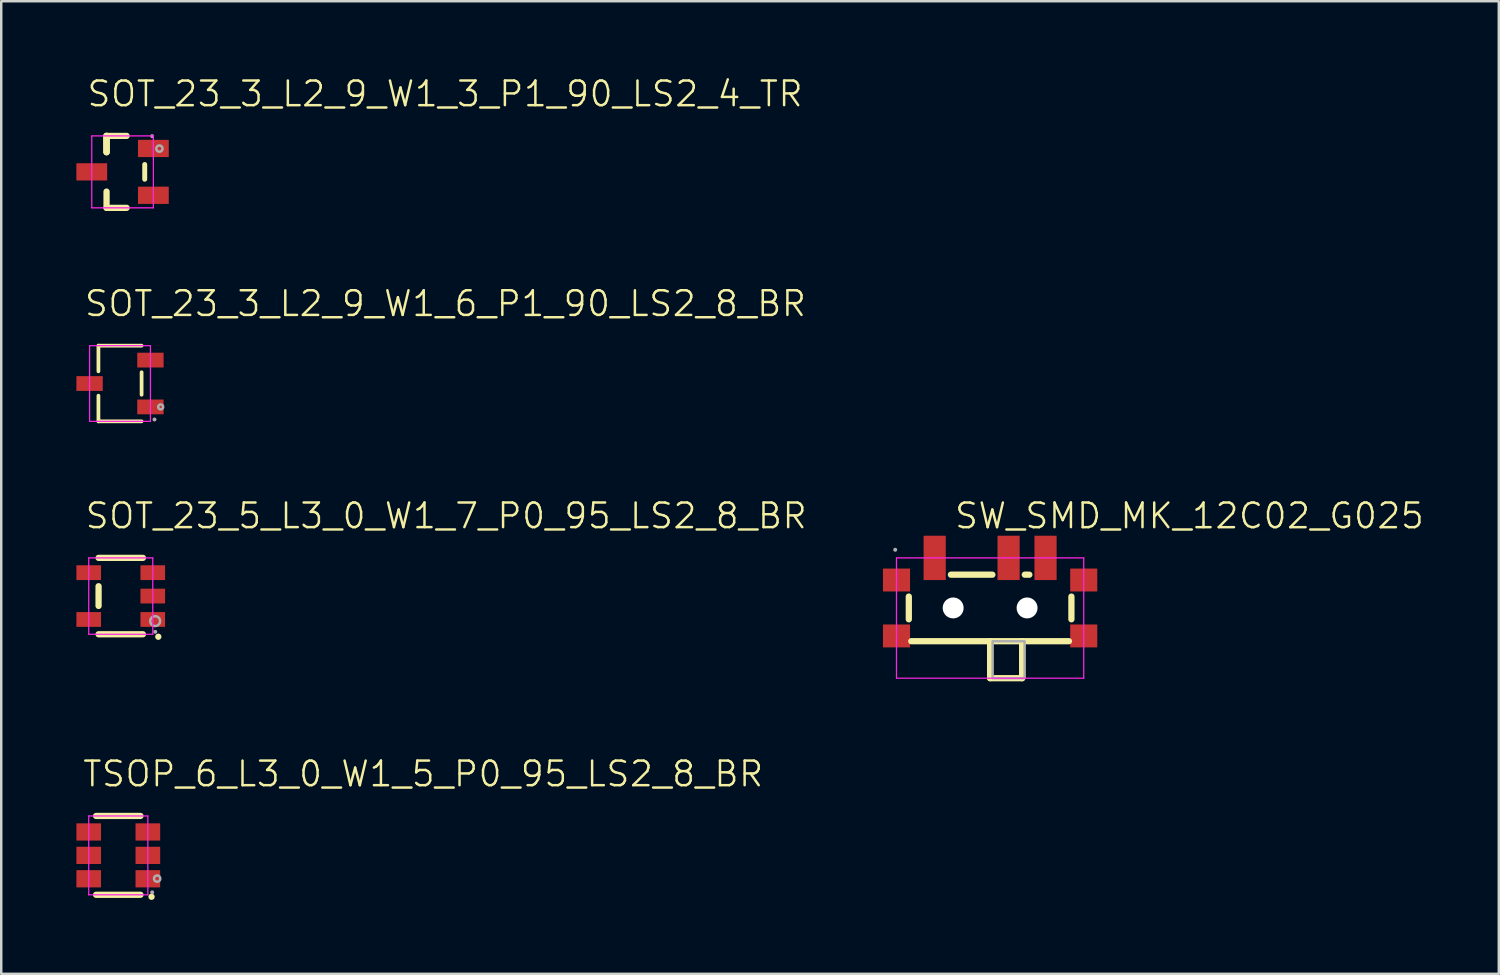
<source format=kicad_pcb>
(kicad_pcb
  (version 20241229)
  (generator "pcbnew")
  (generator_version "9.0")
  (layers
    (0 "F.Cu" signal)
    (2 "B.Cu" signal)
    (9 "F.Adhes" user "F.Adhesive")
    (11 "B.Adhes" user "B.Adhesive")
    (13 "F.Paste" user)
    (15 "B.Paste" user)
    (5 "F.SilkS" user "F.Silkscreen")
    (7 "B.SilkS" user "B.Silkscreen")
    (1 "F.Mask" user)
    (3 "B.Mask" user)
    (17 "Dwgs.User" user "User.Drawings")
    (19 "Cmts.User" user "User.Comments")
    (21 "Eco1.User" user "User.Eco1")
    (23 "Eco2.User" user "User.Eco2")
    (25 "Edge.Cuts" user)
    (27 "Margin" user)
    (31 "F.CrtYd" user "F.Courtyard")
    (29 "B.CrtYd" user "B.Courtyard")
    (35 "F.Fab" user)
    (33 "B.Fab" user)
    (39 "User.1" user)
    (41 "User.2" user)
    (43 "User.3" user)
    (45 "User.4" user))
  (footprint "SOT_23_3_L2_9_W1_6_P1_90_LS2_8_BR"
    (layer "F.Cu")
    (at 1.821 12.516)
    (property "Reference" "SOT_23_3_L2_9_W1_6_P1_90_LS2_8_BR" (at -1.5 -3.242 0) (layer "F.SilkS") (effects (font (size 1 1) (thickness 0.1)) (justify left)))
    (fp_line (start -0.876 -1.536) (end -0.876 -0.494) (stroke (width 0.152) (type solid)) (layer "F.SilkS"))
    (fp_line (start -0.876 1.536) (end -0.876 0.494) (stroke (width 0.152) (type solid)) (layer "F.SilkS"))
    (fp_line (start 0.876 -1.536) (end -0.876 -1.536) (stroke (width 0.152) (type solid)) (layer "F.SilkS"))
    (fp_line (start 0.876 -0.456) (end 0.876 0.456) (stroke (width 0.152) (type solid)) (layer "F.SilkS"))
    (fp_line (start 0.876 1.536) (end -0.876 1.536) (stroke (width 0.152) (type solid)) (layer "F.SilkS"))
    (fp_line (start -1.235 -1.536) (end -1.235 1.536) (stroke (width 0.05) (type solid)) (layer "F.CrtYd"))
    (fp_line (start -1.235 1.536) (end 1.235 1.536) (stroke (width 0.05) (type solid)) (layer "F.CrtYd"))
    (fp_line (start 1.235 -1.536) (end -1.235 -1.536) (stroke (width 0.05) (type solid)) (layer "F.CrtYd"))
    (fp_line (start 1.235 1.536) (end 1.235 -1.536) (stroke (width 0.05) (type solid)) (layer "F.CrtYd"))
    (fp_poly (pts (xy 1.43 1.46) (xy 1.429 1.455) (xy 1.428 1.449) (xy 1.425 1.444) (xy 1.421 1.439) (xy 1.417 1.436) (xy 1.411 1.433) (xy 1.406 1.431) (xy 1.4 1.431) (xy 1.394 1.431) (xy 1.389 1.433) (xy 1.383 1.436) (xy 1.379 1.439) (xy 1.375 1.444) (xy 1.372 1.449) (xy 1.371 1.455) (xy 1.37 1.46) (xy 1.371 1.466) (xy 1.372 1.472) (xy 1.375 1.477) (xy 1.379 1.482) (xy 1.383 1.485) (xy 1.389 1.488) (xy 1.394 1.49) (xy 1.4 1.49) (xy 1.406 1.49) (xy 1.411 1.488) (xy 1.417 1.485) (xy 1.421 1.482) (xy 1.425 1.477) (xy 1.428 1.472) (xy 1.429 1.466)) (stroke (width 0.1) (type solid)) (fill no) (layer "F.Fab"))
    (fp_poly (pts (xy 1.751 0.95) (xy 1.749 0.93) (xy 1.743 0.911) (xy 1.734 0.894) (xy 1.722 0.879) (xy 1.707 0.866) (xy 1.689 0.857) (xy 1.671 0.851) (xy 1.651 0.85) (xy 1.631 0.851) (xy 1.613 0.857) (xy 1.595 0.866) (xy 1.58 0.879) (xy 1.568 0.894) (xy 1.559 0.911) (xy 1.553 0.93) (xy 1.551 0.95) (xy 1.553 0.969) (xy 1.559 0.988) (xy 1.568 1.005) (xy 1.58 1.02) (xy 1.595 1.033) (xy 1.613 1.042) (xy 1.631 1.048) (xy 1.651 1.05) (xy 1.671 1.048) (xy 1.689 1.042) (xy 1.707 1.033) (xy 1.722 1.02) (xy 1.734 1.005) (xy 1.743 0.988) (xy 1.749 0.969)) (stroke (width 0.1) (type solid)) (fill no) (layer "F.Fab"))
    (pad "" smd rect (at -1.235 0.001) (size 1.172 0.702) (layers "F.Mask"))
    (pad "" smd rect (at 1.235 -0.95) (size 1.172 0.702) (layers "F.Mask"))
    (pad "" smd rect (at 1.235 0.95) (size 1.172 0.702) (layers "F.Mask"))
    (pad "1" smd rect (at 1.235 0.95) (size 1.07 0.6) (layers "F.Cu" "F.Paste"))
    (pad "2" smd rect (at 1.235 -0.95) (size 1.07 0.6) (layers "F.Cu" "F.Paste"))
    (pad "3" smd rect (at -1.235 0.001) (size 1.07 0.6) (layers "F.Cu" "F.Paste")))
  (footprint "TSOP_6_L3_0_W1_5_P0_95_LS2_8_BR"
    (layer "F.Cu")
    (at 1.751 31.669)
    (property "Reference" "TSOP_6_L3_0_W1_5_P0_95_LS2_8_BR" (at -1.5 -3.306 0) (layer "F.SilkS") (effects (font (size 1 1) (thickness 0.1)) (justify left)))
    (fp_line (start -0.9 -1.6) (end 0.9 -1.6) (stroke (width 0.254) (type solid)) (layer "F.SilkS"))
    (fp_line (start -0.9 1.6) (end 0.9 1.6) (stroke (width 0.254) (type solid)) (layer "F.SilkS"))
    (fp_poly (pts (xy 1.477 1.68) (xy 1.475 1.655) (xy 1.467 1.631) (xy 1.456 1.609) (xy 1.44 1.59) (xy 1.421 1.574) (xy 1.399 1.563) (xy 1.375 1.555) (xy 1.35 1.553) (xy 1.325 1.555) (xy 1.301 1.563) (xy 1.279 1.574) (xy 1.26 1.59) (xy 1.244 1.609) (xy 1.233 1.631) (xy 1.225 1.655) (xy 1.223 1.68) (xy 1.225 1.705) (xy 1.233 1.729) (xy 1.244 1.751) (xy 1.26 1.77) (xy 1.279 1.786) (xy 1.301 1.797) (xy 1.325 1.805) (xy 1.35 1.807) (xy 1.375 1.805) (xy 1.399 1.797) (xy 1.421 1.786) (xy 1.44 1.77) (xy 1.456 1.751) (xy 1.467 1.729) (xy 1.475 1.705)) (stroke (width 0) (type solid)) (fill yes) (layer "F.SilkS"))
    (fp_line (start -1.2 -1.6) (end -1.2 1.6) (stroke (width 0.05) (type solid)) (layer "F.CrtYd"))
    (fp_line (start -1.2 1.6) (end 1.2 1.6) (stroke (width 0.05) (type solid)) (layer "F.CrtYd"))
    (fp_line (start 1.2 -1.6) (end -1.2 -1.6) (stroke (width 0.05) (type solid)) (layer "F.CrtYd"))
    (fp_line (start 1.2 1.6) (end 1.2 -1.6) (stroke (width 0.05) (type solid)) (layer "F.CrtYd"))
    (fp_poly (pts (xy 1.405 1.5) (xy 1.404 1.494) (xy 1.403 1.489) (xy 1.4 1.483) (xy 1.396 1.479) (xy 1.392 1.475) (xy 1.386 1.472) (xy 1.381 1.471) (xy 1.375 1.47) (xy 1.369 1.471) (xy 1.364 1.472) (xy 1.358 1.475) (xy 1.354 1.479) (xy 1.35 1.483) (xy 1.347 1.489) (xy 1.346 1.494) (xy 1.345 1.5) (xy 1.346 1.506) (xy 1.347 1.511) (xy 1.35 1.517) (xy 1.354 1.521) (xy 1.358 1.525) (xy 1.364 1.528) (xy 1.369 1.529) (xy 1.375 1.53) (xy 1.381 1.529) (xy 1.386 1.528) (xy 1.392 1.525) (xy 1.396 1.521) (xy 1.4 1.517) (xy 1.403 1.511) (xy 1.404 1.506)) (stroke (width 0.1) (type solid)) (fill no) (layer "F.Fab"))
    (fp_poly (pts (xy 1.704 0.943) (xy 1.702 0.918) (xy 1.694 0.894) (xy 1.683 0.872) (xy 1.667 0.853) (xy 1.648 0.837) (xy 1.626 0.826) (xy 1.602 0.818) (xy 1.577 0.816) (xy 1.552 0.818) (xy 1.528 0.826) (xy 1.506 0.837) (xy 1.487 0.853) (xy 1.471 0.872) (xy 1.46 0.894) (xy 1.452 0.918) (xy 1.45 0.943) (xy 1.452 0.968) (xy 1.46 0.992) (xy 1.471 1.014) (xy 1.487 1.033) (xy 1.506 1.049) (xy 1.528 1.06) (xy 1.552 1.068) (xy 1.577 1.07) (xy 1.602 1.068) (xy 1.626 1.06) (xy 1.648 1.049) (xy 1.667 1.033) (xy 1.683 1.014) (xy 1.694 0.992) (xy 1.702 0.968)) (stroke (width 0.1) (type solid)) (fill no) (layer "F.Fab"))
    (pad "" smd rect (at -1.2 -0.95) (size 1.102 0.802) (layers "F.Mask"))
    (pad "" smd rect (at -1.2 0) (size 1.102 0.802) (layers "F.Mask"))
    (pad "" smd rect (at -1.2 0.95) (size 1.102 0.802) (layers "F.Mask"))
    (pad "" smd rect (at 1.2 -0.95) (size 1.102 0.802) (layers "F.Mask"))
    (pad "" smd rect (at 1.2 0) (size 1.102 0.802) (layers "F.Mask"))
    (pad "" smd rect (at 1.2 0.95) (size 1.102 0.802) (layers "F.Mask"))
    (pad "1" smd rect (at 1.2 0.95) (size 1 0.7) (layers "F.Cu" "F.Paste"))
    (pad "2" smd rect (at 1.2 0) (size 1 0.7) (layers "F.Cu" "F.Paste"))
    (pad "3" smd rect (at 1.2 -0.95) (size 1 0.7) (layers "F.Cu" "F.Paste"))
    (pad "4" smd rect (at -1.2 -0.95) (size 1 0.7) (layers "F.Cu" "F.Paste"))
    (pad "5" smd rect (at -1.2 0) (size 1 0.7) (layers "F.Cu" "F.Paste"))
    (pad "6" smd rect (at -1.2 0.95) (size 1 0.7) (layers "F.Cu" "F.Paste")))
  (footprint "SOT_23_3_L2_9_W1_3_P1_90_LS2_4_TR"
    (layer "F.Cu")
    (at 1.925 3.926)
    (property "Reference" "SOT_23_3_L2_9_W1_3_P1_90_LS2_4_TR" (at -1.5 -3.166 0) (layer "F.SilkS") (effects (font (size 1 1) (thickness 0.1)) (justify left)))
    (fp_line (start -0.65 -1.46) (end -0.65 -0.8) (stroke (width 0.254) (type solid)) (layer "F.SilkS"))
    (fp_line (start -0.65 -1.46) (end 0.165 -1.46) (stroke (width 0.254) (type solid)) (layer "F.SilkS"))
    (fp_line (start -0.65 -0.8) (end -0.65 -1.46) (stroke (width 0.254) (type solid)) (layer "F.SilkS"))
    (fp_line (start -0.65 -0.8) (end -0.65 -1.46) (stroke (width 0.254) (type solid)) (layer "F.SilkS"))
    (fp_line (start -0.65 1.46) (end -0.65 0.8) (stroke (width 0.254) (type solid)) (layer "F.SilkS"))
    (fp_line (start 0.165 1.46) (end -0.65 1.46) (stroke (width 0.254) (type solid)) (layer "F.SilkS"))
    (fp_line (start 0.899 0.3) (end 0.899 -0.3) (stroke (width 0.2) (type solid)) (layer "F.SilkS"))
    (fp_line (start -1.25 -1.46) (end -1.25 1.46) (stroke (width 0.05) (type solid)) (layer "F.CrtYd"))
    (fp_line (start -1.25 1.46) (end 1.25 1.46) (stroke (width 0.05) (type solid)) (layer "F.CrtYd"))
    (fp_line (start 1.25 -1.46) (end -1.25 -1.46) (stroke (width 0.05) (type solid)) (layer "F.CrtYd"))
    (fp_line (start 1.25 1.46) (end 1.25 -1.46) (stroke (width 0.05) (type solid)) (layer "F.CrtYd"))
    (fp_poly (pts (xy 1.23 -1.45) (xy 1.229 -1.456) (xy 1.227 -1.461) (xy 1.224 -1.467) (xy 1.221 -1.471) (xy 1.216 -1.475) (xy 1.211 -1.478) (xy 1.205 -1.479) (xy 1.2 -1.48) (xy 1.194 -1.479) (xy 1.188 -1.478) (xy 1.183 -1.475) (xy 1.178 -1.471) (xy 1.175 -1.467) (xy 1.172 -1.461) (xy 1.17 -1.456) (xy 1.169 -1.45) (xy 1.17 -1.444) (xy 1.172 -1.439) (xy 1.175 -1.433) (xy 1.178 -1.429) (xy 1.183 -1.425) (xy 1.188 -1.422) (xy 1.194 -1.421) (xy 1.2 -1.42) (xy 1.205 -1.421) (xy 1.211 -1.422) (xy 1.216 -1.425) (xy 1.221 -1.429) (xy 1.224 -1.433) (xy 1.227 -1.439) (xy 1.229 -1.444)) (stroke (width 0.1) (type solid)) (fill no) (layer "F.Fab"))
    (fp_poly (pts (xy 1.623 -0.945) (xy 1.62 -0.97) (xy 1.613 -0.994) (xy 1.601 -1.016) (xy 1.585 -1.035) (xy 1.566 -1.051) (xy 1.544 -1.062) (xy 1.52 -1.07) (xy 1.496 -1.072) (xy 1.471 -1.07) (xy 1.447 -1.062) (xy 1.425 -1.051) (xy 1.406 -1.035) (xy 1.39 -1.016) (xy 1.378 -0.994) (xy 1.371 -0.97) (xy 1.369 -0.945) (xy 1.371 -0.92) (xy 1.378 -0.896) (xy 1.39 -0.874) (xy 1.406 -0.855) (xy 1.425 -0.839) (xy 1.447 -0.828) (xy 1.471 -0.82) (xy 1.496 -0.818) (xy 1.52 -0.82) (xy 1.544 -0.828) (xy 1.566 -0.839) (xy 1.585 -0.855) (xy 1.601 -0.874) (xy 1.613 -0.896) (xy 1.62 -0.92)) (stroke (width 0.1) (type solid)) (fill no) (layer "F.Fab"))
    (pad "" smd rect (at -1.25 0 270) (size 0.802 1.352) (layers "F.Mask"))
    (pad "" smd rect (at 1.25 -0.95 270) (size 0.802 1.352) (layers "F.Mask"))
    (pad "" smd rect (at 1.25 0.95 270) (size 0.802 1.352) (layers "F.Mask"))
    (pad "1" smd rect (at 1.25 -0.95 270) (size 0.7 1.25) (layers "F.Cu" "F.Paste"))
    (pad "2" smd rect (at 1.25 0.95 270) (size 0.7 1.25) (layers "F.Cu" "F.Paste"))
    (pad "3" smd rect (at -1.25 0 270) (size 0.7 1.25) (layers "F.Cu" "F.Paste")))
  (footprint "SW_SMD_MK_12C02_G025"
    (layer "F.Cu")
    (at 37.138 22.036)
    (property "Reference" "SW_SMD_MK_12C02_G025" (at -1.5 -4.147 0) (layer "F.SilkS") (effects (font (size 1 1) (thickness 0.1)) (justify left)))
    (fp_line (start -3.3 0.051) (end -3.3 -0.872) (stroke (width 0.254) (type solid)) (layer "F.SilkS"))
    (fp_line (start 0 2.441) (end 0 0.94) (stroke (width 0.254) (type solid)) (layer "F.SilkS"))
    (fp_line (start 0.092 -1.76) (end -1.592 -1.76) (stroke (width 0.254) (type solid)) (layer "F.SilkS"))
    (fp_line (start 1.3 0.94) (end 1.3 2.441) (stroke (width 0.254) (type solid)) (layer "F.SilkS"))
    (fp_line (start 1.3 2.441) (end 0 2.441) (stroke (width 0.254) (type solid)) (layer "F.SilkS"))
    (fp_line (start 1.592 -1.76) (end 1.408 -1.76) (stroke (width 0.254) (type solid)) (layer "F.SilkS"))
    (fp_line (start 3.2 0.94) (end -3.2 0.94) (stroke (width 0.254) (type solid)) (layer "F.SilkS"))
    (fp_line (start 3.3 0.051) (end 3.3 -0.872) (stroke (width 0.254) (type solid)) (layer "F.SilkS"))
    (fp_line (start -3.8 -2.442) (end -3.8 2.442) (stroke (width 0.05) (type solid)) (layer "F.CrtYd"))
    (fp_line (start -3.8 2.442) (end 3.8 2.442) (stroke (width 0.05) (type solid)) (layer "F.CrtYd"))
    (fp_line (start 3.8 -2.442) (end -3.8 -2.442) (stroke (width 0.05) (type solid)) (layer "F.CrtYd"))
    (fp_line (start 3.8 2.442) (end 3.8 -2.442) (stroke (width 0.05) (type solid)) (layer "F.CrtYd"))
    (fp_poly (pts (xy 0.1 0.942) (xy 0.1 2.442) (xy 1.4 2.442) (xy 1.4 0.942)) (stroke (width 0.1) (type solid)) (fill no) (layer "F.Fab"))
    (fp_poly (pts (xy -3.822 -2.772) (xy -3.823 -2.777) (xy -3.824 -2.783) (xy -3.827 -2.788) (xy -3.831 -2.793) (xy -3.835 -2.796) (xy -3.841 -2.799) (xy -3.846 -2.801) (xy -3.852 -2.801) (xy -3.858 -2.801) (xy -3.863 -2.799) (xy -3.869 -2.796) (xy -3.873 -2.793) (xy -3.877 -2.788) (xy -3.88 -2.783) (xy -3.881 -2.777) (xy -3.882 -2.772) (xy -3.881 -2.766) (xy -3.88 -2.76) (xy -3.877 -2.755) (xy -3.873 -2.75) (xy -3.869 -2.747) (xy -3.863 -2.744) (xy -3.858 -2.742) (xy -3.852 -2.741) (xy -3.846 -2.742) (xy -3.841 -2.744) (xy -3.835 -2.747) (xy -3.831 -2.75) (xy -3.827 -2.755) (xy -3.824 -2.76) (xy -3.823 -2.766)) (stroke (width 0.1) (type solid)) (fill no) (layer "F.Fab"))
    (fp_poly (pts (xy -1.3 -0.41) (xy -1.304 -0.45) (xy -1.315 -0.487) (xy -1.334 -0.522) (xy -1.359 -0.552) (xy -1.389 -0.577) (xy -1.423 -0.595) (xy -1.461 -0.607) (xy -1.5 -0.611) (xy -1.539 -0.607) (xy -1.577 -0.595) (xy -1.611 -0.577) (xy -1.641 -0.552) (xy -1.666 -0.522) (xy -1.685 -0.487) (xy -1.696 -0.45) (xy -1.7 -0.41) (xy -1.696 -0.371) (xy -1.685 -0.334) (xy -1.666 -0.299) (xy -1.641 -0.269) (xy -1.611 -0.244) (xy -1.577 -0.226) (xy -1.539 -0.214) (xy -1.5 -0.21) (xy -1.461 -0.214) (xy -1.423 -0.226) (xy -1.389 -0.244) (xy -1.359 -0.269) (xy -1.334 -0.299) (xy -1.315 -0.334) (xy -1.304 -0.371)) (stroke (width 0.1) (type solid)) (fill no) (layer "F.Fab"))
    (fp_poly (pts (xy 1.7 -0.41) (xy 1.696 -0.45) (xy 1.685 -0.487) (xy 1.666 -0.522) (xy 1.641 -0.552) (xy 1.611 -0.577) (xy 1.577 -0.595) (xy 1.539 -0.607) (xy 1.5 -0.611) (xy 1.461 -0.607) (xy 1.423 -0.595) (xy 1.389 -0.577) (xy 1.359 -0.552) (xy 1.334 -0.522) (xy 1.315 -0.487) (xy 1.304 -0.45) (xy 1.3 -0.41) (xy 1.304 -0.371) (xy 1.315 -0.334) (xy 1.334 -0.299) (xy 1.359 -0.269) (xy 1.389 -0.244) (xy 1.423 -0.226) (xy 1.461 -0.214) (xy 1.5 -0.21) (xy 1.539 -0.214) (xy 1.577 -0.226) (xy 1.611 -0.244) (xy 1.641 -0.269) (xy 1.666 -0.299) (xy 1.685 -0.334) (xy 1.696 -0.371)) (stroke (width 0.1) (type solid)) (fill no) (layer "F.Fab"))
    (pad "" smd rect (at -3.8 -1.544) (size 1.202 1.032) (layers "F.Mask"))
    (pad "" smd rect (at -3.8 0.726) (size 1.202 1.032) (layers "F.Mask"))
    (pad "" smd rect (at -2.25 -2.442) (size 1.002 1.902) (layers "F.Mask"))
    (pad "" np_thru_hole circle (at -1.5 -0.41) (size 0.85 0.85) (drill 0.85) (layers "*.Cu" "*.Mask"))
    (pad "" smd rect (at 0.75 -2.442) (size 1.002 1.902) (layers "F.Mask"))
    (pad "" np_thru_hole circle (at 1.5 -0.41) (size 0.85 0.85) (drill 0.85) (layers "*.Cu" "*.Mask"))
    (pad "" smd rect (at 2.25 -2.442) (size 1.002 1.902) (layers "F.Mask"))
    (pad "" smd rect (at 3.8 -1.544) (size 1.202 1.032) (layers "F.Mask"))
    (pad "" smd rect (at 3.8 0.726) (size 1.202 1.032) (layers "F.Mask"))
    (pad "1" smd rect (at -2.25 -2.442) (size 0.9 1.8) (layers "F.Cu" "F.Paste"))
    (pad "2" smd rect (at 0.75 -2.442) (size 0.9 1.8) (layers "F.Cu" "F.Paste"))
    (pad "3" smd rect (at 2.25 -2.442) (size 0.9 1.8) (layers "F.Cu" "F.Paste"))
    (pad "4" smd rect (at 3.8 -1.544) (size 1.1 0.93) (layers "F.Cu" "F.Paste"))
    (pad "5" smd rect (at 3.8 0.726) (size 1.1 0.93) (layers "F.Cu" "F.Paste"))
    (pad "6" smd rect (at -3.8 0.726) (size 1.1 0.93) (layers "F.Cu" "F.Paste"))
    (pad "7" smd rect (at -3.8 -1.544) (size 1.1 0.93) (layers "F.Cu" "F.Paste")))
  (footprint "SOT_23_5_L3_0_W1_7_P0_95_LS2_8_BR"
    (layer "F.Cu")
    (at 1.851 21.144)
    (property "Reference" "SOT_23_5_L3_0_W1_7_P0_95_LS2_8_BR" (at -1.5 -3.256 0) (layer "F.SilkS") (effects (font (size 1 1) (thickness 0.1)) (justify left)))
    (fp_line (start -0.9 -1.55) (end 0.9 -1.55) (stroke (width 0.254) (type solid)) (layer "F.SilkS"))
    (fp_line (start -0.9 0.4) (end -0.9 -0.4) (stroke (width 0.254) (type solid)) (layer "F.SilkS"))
    (fp_line (start -0.9 1.55) (end 0.9 1.55) (stroke (width 0.254) (type solid)) (layer "F.SilkS"))
    (fp_poly (pts (xy 1.651 1.651) (xy 1.649 1.626) (xy 1.641 1.602) (xy 1.63 1.58) (xy 1.614 1.561) (xy 1.595 1.545) (xy 1.573 1.534) (xy 1.549 1.526) (xy 1.524 1.524) (xy 1.499 1.526) (xy 1.475 1.534) (xy 1.453 1.545) (xy 1.434 1.561) (xy 1.418 1.58) (xy 1.407 1.602) (xy 1.399 1.626) (xy 1.397 1.651) (xy 1.399 1.676) (xy 1.407 1.7) (xy 1.418 1.722) (xy 1.434 1.741) (xy 1.453 1.757) (xy 1.475 1.768) (xy 1.499 1.776) (xy 1.524 1.778) (xy 1.549 1.776) (xy 1.573 1.768) (xy 1.595 1.757) (xy 1.614 1.741) (xy 1.63 1.722) (xy 1.641 1.7) (xy 1.649 1.676)) (stroke (width 0) (type solid)) (fill yes) (layer "F.SilkS"))
    (fp_line (start -1.3 -1.55) (end -1.3 1.55) (stroke (width 0.05) (type solid)) (layer "F.CrtYd"))
    (fp_line (start -1.3 1.55) (end 1.3 1.55) (stroke (width 0.05) (type solid)) (layer "F.CrtYd"))
    (fp_line (start 1.3 -1.55) (end -1.3 -1.55) (stroke (width 0.05) (type solid)) (layer "F.CrtYd"))
    (fp_line (start 1.3 1.55) (end 1.3 -1.55) (stroke (width 0.05) (type solid)) (layer "F.CrtYd"))
    (fp_poly (pts (xy 1.43 1.45) (xy 1.429 1.444) (xy 1.428 1.439) (xy 1.425 1.433) (xy 1.421 1.429) (xy 1.417 1.425) (xy 1.411 1.422) (xy 1.406 1.421) (xy 1.4 1.42) (xy 1.394 1.421) (xy 1.389 1.422) (xy 1.383 1.425) (xy 1.379 1.429) (xy 1.375 1.433) (xy 1.372 1.439) (xy 1.371 1.444) (xy 1.37 1.45) (xy 1.371 1.456) (xy 1.372 1.461) (xy 1.375 1.467) (xy 1.379 1.471) (xy 1.383 1.475) (xy 1.389 1.478) (xy 1.394 1.479) (xy 1.4 1.48) (xy 1.406 1.479) (xy 1.411 1.478) (xy 1.417 1.475) (xy 1.421 1.471) (xy 1.425 1.467) (xy 1.428 1.461) (xy 1.429 1.456)) (stroke (width 0.1) (type solid)) (fill no) (layer "F.Fab"))
    (fp_poly (pts (xy 1.597 1.016) (xy 1.593 0.977) (xy 1.582 0.939) (xy 1.563 0.905) (xy 1.538 0.875) (xy 1.508 0.85) (xy 1.474 0.831) (xy 1.436 0.82) (xy 1.397 0.816) (xy 1.358 0.82) (xy 1.32 0.831) (xy 1.286 0.85) (xy 1.256 0.875) (xy 1.231 0.905) (xy 1.212 0.939) (xy 1.201 0.977) (xy 1.197 1.016) (xy 1.201 1.055) (xy 1.212 1.093) (xy 1.231 1.127) (xy 1.256 1.157) (xy 1.286 1.182) (xy 1.32 1.201) (xy 1.358 1.212) (xy 1.397 1.216) (xy 1.436 1.212) (xy 1.474 1.201) (xy 1.508 1.182) (xy 1.538 1.157) (xy 1.563 1.127) (xy 1.582 1.093) (xy 1.593 1.055)) (stroke (width 0.1) (type solid)) (fill no) (layer "F.Fab"))
    (pad "" smd rect (at -1.3 -0.95) (size 1.102 0.702) (layers "F.Mask"))
    (pad "" smd rect (at -1.3 0.95) (size 1.102 0.702) (layers "F.Mask"))
    (pad "" smd rect (at 1.3 -0.95) (size 1.102 0.702) (layers "F.Mask"))
    (pad "" smd rect (at 1.3 0) (size 1.102 0.702) (layers "F.Mask"))
    (pad "" smd rect (at 1.3 0.95) (size 1.102 0.702) (layers "F.Mask"))
    (pad "1" smd rect (at 1.3 0.95) (size 1 0.6) (layers "F.Cu" "F.Paste"))
    (pad "2" smd rect (at 1.3 0) (size 1 0.6) (layers "F.Cu" "F.Paste"))
    (pad "3" smd rect (at 1.3 -0.95) (size 1 0.6) (layers "F.Cu" "F.Paste"))
    (pad "4" smd rect (at -1.3 -0.95) (size 1 0.6) (layers "F.Cu" "F.Paste"))
    (pad "5" smd rect (at -1.3 0.95) (size 1 0.6) (layers "F.Cu" "F.Paste")))
  (gr_rect
    (start -3 -3)
    (end 57.785 36.476)
    (stroke (width 0.1) (type default))
    (fill no)
    (layer "Edge.Cuts")))
</source>
